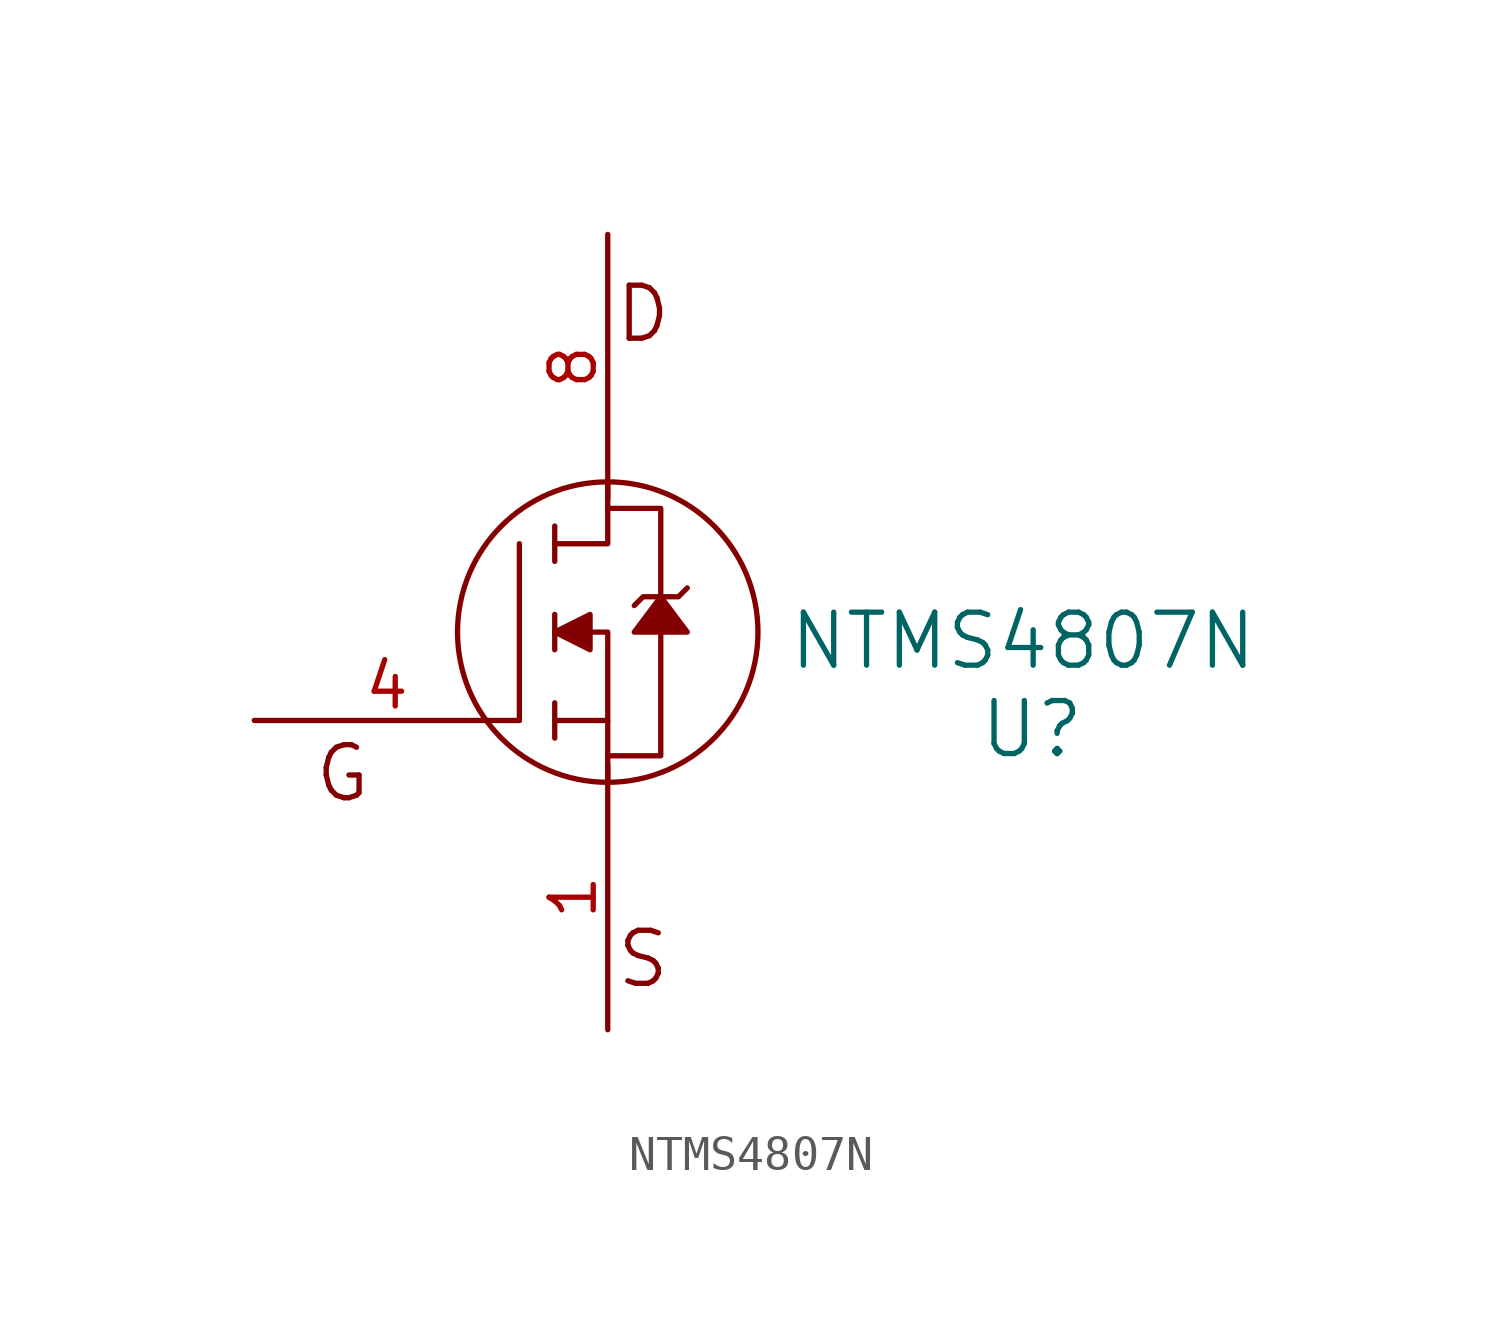
<source format=kicad_sym>
(kicad_symbol_lib
  (version 20211014)
  (generator kicad_symbol_editor)
  (symbol "NTMS4807N"
    (pin_names
      (offset 1.016))
    (property "Reference" "U"
      (at 12.192 -2.794 0)
      (effects (font (size 1.524 1.524))))
    (property "Value" "NTMS4807N"
      (at 11.938 -0.254 0)
      (effects (font (size 1.524 1.524))))
    (property "Footprint" ""
      (at 0 0 0)
      (effects (font (size 1.524 1.524))))
    (property "Datasheet" ""
      (at 0 0 0)
      (effects (font (size 1.524 1.524))))
    (symbol "NTMS4807N_0_0"
      (text "D" (at 1.016 9.144 0) (effects (font (size 1.524 1.524))))
      (text "G" (at -7.62 -4.064 0) (effects (font (size 1.524 1.524))))
      (text "S" (at 1.016 -9.398 0) (effects (font (size 1.524 1.524)))))
    (symbol "NTMS4807N_0_1"
      (polyline (pts (xy -2.54 2.54) (xy -2.54 -2.54)) (stroke (width 0) (type default) (color 0 0 0 0)) (fill (type none)))
      (polyline (pts (xy -1.524 -3.048) (xy -1.524 -2.032)) (stroke (width 0) (type default) (color 0 0 0 0)) (fill (type none)))
      (polyline (pts (xy -1.524 0.508) (xy -1.524 -0.508)) (stroke (width 0) (type default) (color 0 0 0 0)) (fill (type none)))
      (polyline (pts (xy -1.524 3.048) (xy -1.524 2.032)) (stroke (width 0) (type default) (color 0 0 0 0)) (fill (type none)))
      (polyline (pts (xy -0.508 0) (xy 0 0) (xy 0 -2.54)) (stroke (width 0) (type default) (color 0 0 0 0)) (fill (type none)))
      (polyline (pts (xy 0 -4.318) (xy 0 -2.54) (xy -1.524 -2.54)) (stroke (width 0) (type default) (color 0 0 0 0)) (fill (type none)))
      (polyline (pts (xy 0 4.318) (xy 0 2.54) (xy -1.524 2.54)) (stroke (width 0) (type default) (color 0 0 0 0)) (fill (type none)))
      (polyline (pts (xy 1.524 1.016) (xy 1.016 1.016) (xy 0.762 0.762)) (stroke (width 0) (type default) (color 0 0 0 0)) (fill (type none)))
      (polyline (pts (xy 1.524 1.016) (xy 2.032 1.016) (xy 2.286 1.27)) (stroke (width 0) (type default) (color 0 0 0 0)) (fill (type none)))
      (polyline (pts (xy -1.524 0) (xy -0.508 0.508) (xy -0.508 -0.508) (xy -1.524 0)) (stroke (width 0) (type default) (color 0 0 0 0)) (fill (type outline)))
      (polyline (pts (xy 0 -3.556) (xy 1.524 -3.556) (xy 1.524 3.556) (xy 0 3.556)) (stroke (width 0) (type default) (color 0 0 0 0)) (fill (type none)))
      (polyline (pts (xy 1.524 1.016) (xy 0.762 0) (xy 2.286 0) (xy 1.524 1.016)) (stroke (width 0) (type default) (color 0 0 0 0)) (fill (type outline)))
      (circle (center 0 0) (radius 4.318) (stroke (width 0) (type default) (color 0 0 0 0)) (fill (type none))))
    (symbol "NTMS4807N_1_1"
      (pin bidirectional line (at 0 -11.43 90) (length 7.62) (name "~" (effects (font (size 1.27 1.27)))) (number "1" (effects (font (size 1.27 1.27)))))
      (pin bidirectional line (at -10.16 -2.54 0) (length 7.62) (name "~" (effects (font (size 1.27 1.27)))) (number "4" (effects (font (size 1.27 1.27)))))
      (pin bidirectional line (at 0 11.43 270) (length 7.62) (name "~" (effects (font (size 1.27 1.27)))) (number "8" (effects (font (size 1.27 1.27))))))))
</source>
